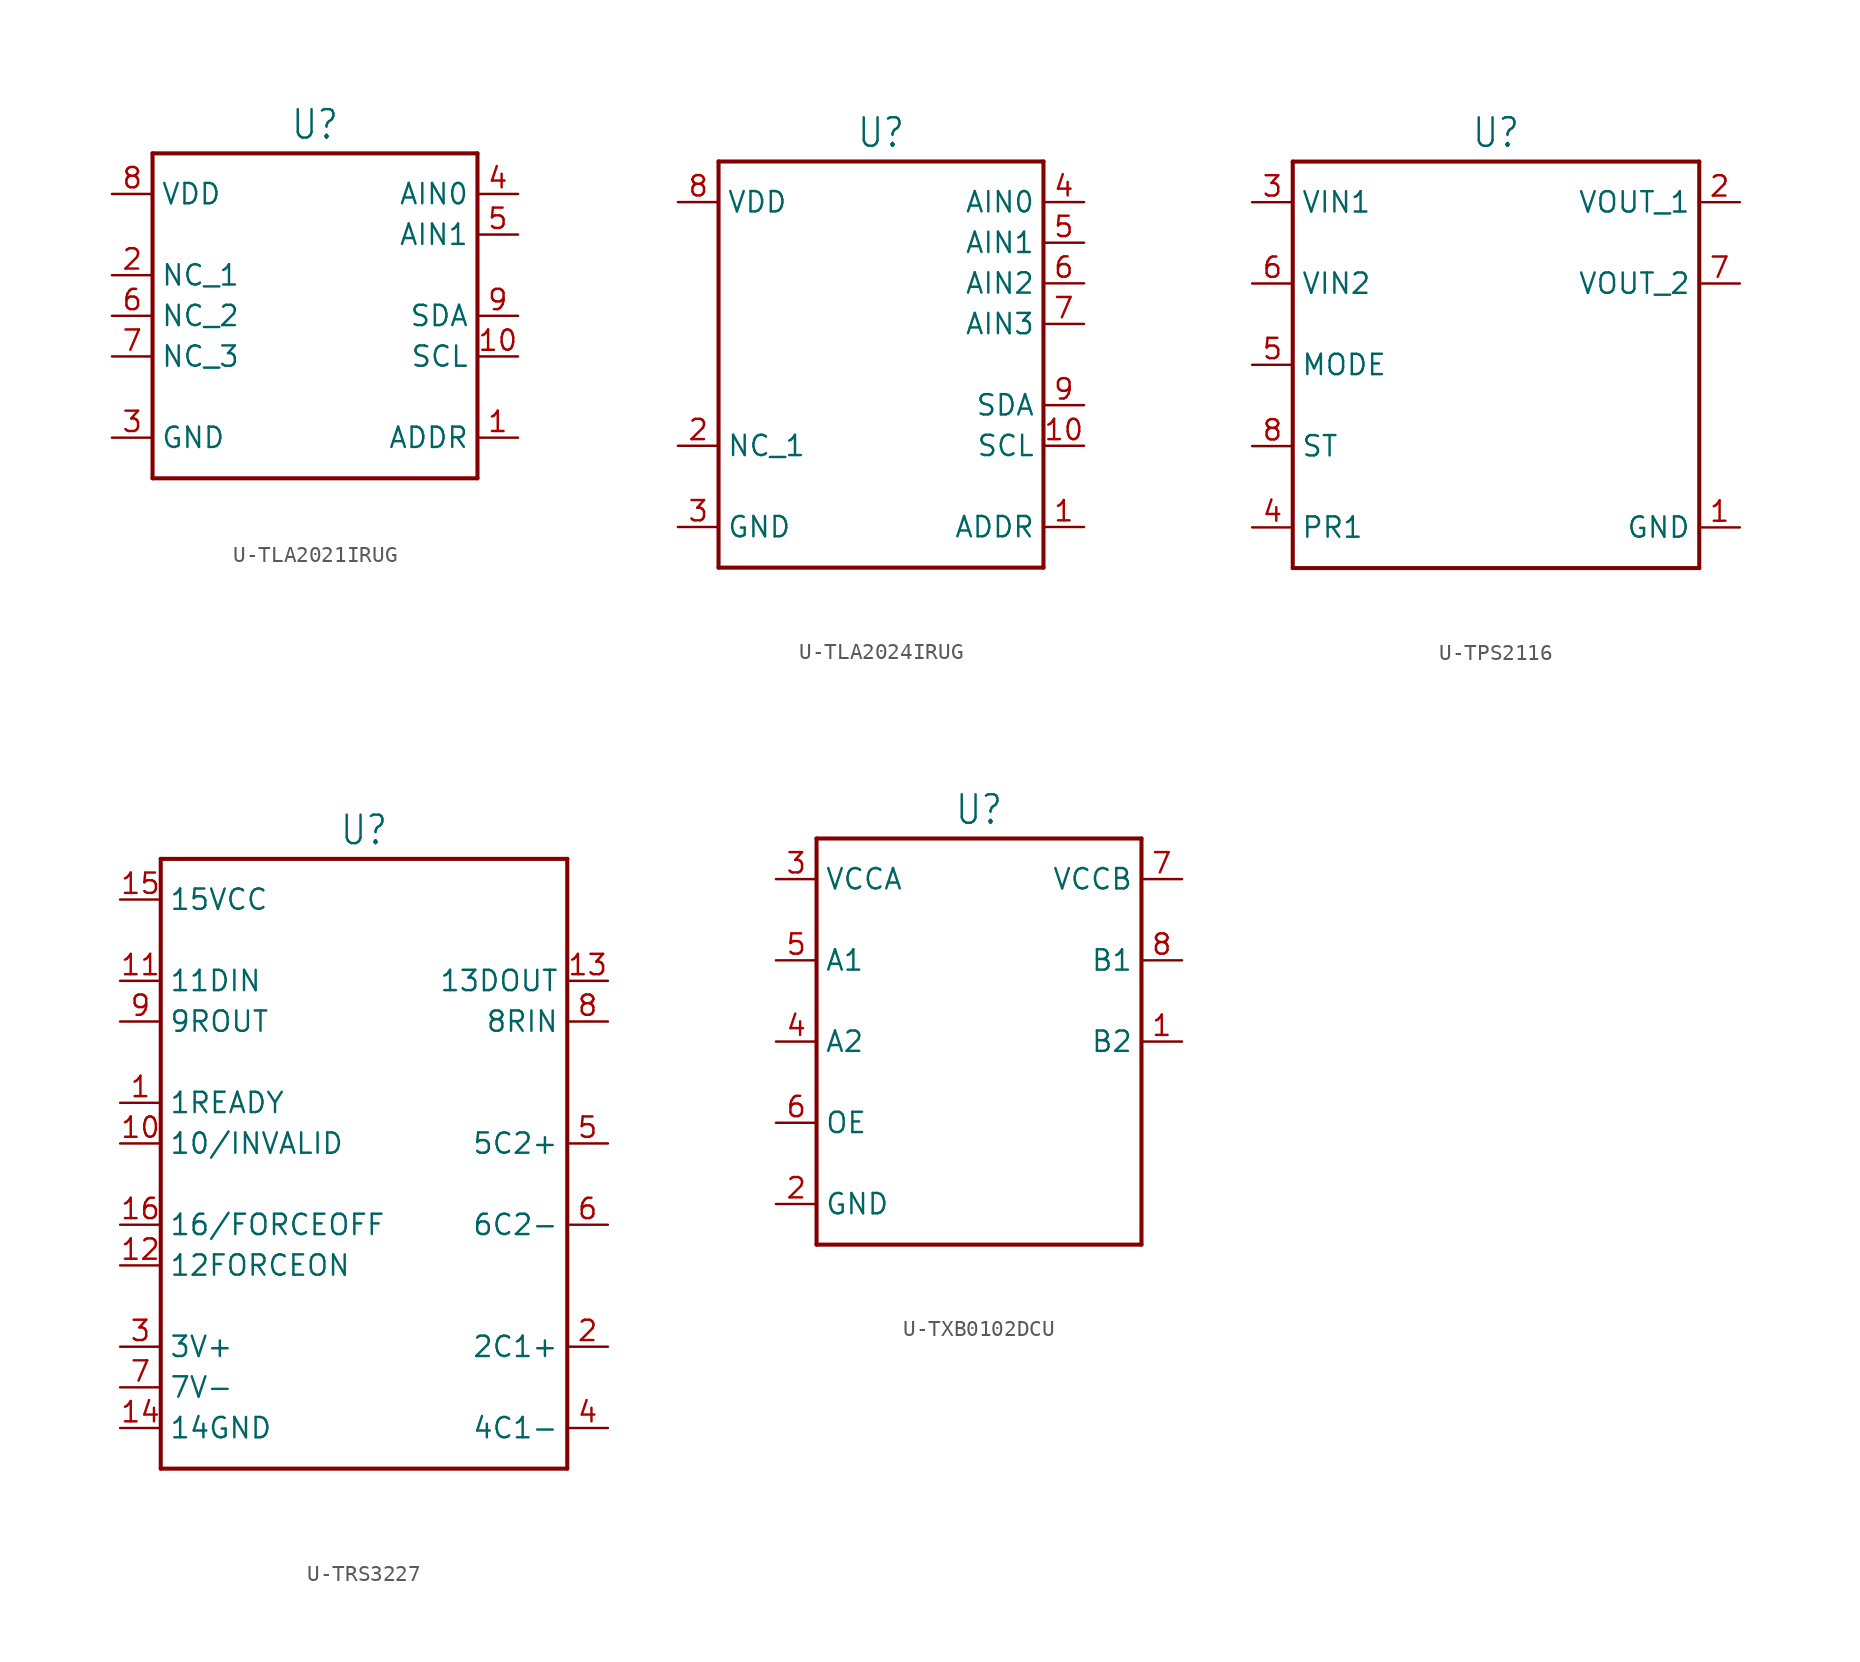
<source format=kicad_sym>
(kicad_symbol_lib
  (version 20231120)
  (generator "kicad_symbol_editor")
  (generator_version "8.0")
  (symbol "U-TLA2021IRUG"
    (property "Reference" "U"
      (at 0 10.922 0)
      (effects (font (size 1.778 1.511)) (justify bottom)))
    (property "Value" ""
      (at 0 -10.922 0)
      (effects (font (size 1.778 1.511)) (justify top)))
    (property "ki_locked" ""
      (at 0 0 0)
      (effects (font (size 1.27 1.27))))
    (symbol "U-TLA2021IRUG_1_0"
      (polyline (pts (xy -10.16 -10.16) (xy 10.16 -10.16)) (stroke (width 0.254) (type solid)) (fill (type none)))
      (polyline (pts (xy -10.16 10.16) (xy -10.16 -10.16)) (stroke (width 0.254) (type solid)) (fill (type none)))
      (polyline (pts (xy 10.16 -10.16) (xy 10.16 10.16)) (stroke (width 0.254) (type solid)) (fill (type none)))
      (polyline (pts (xy 10.16 10.16) (xy -10.16 10.16)) (stroke (width 0.254) (type solid)) (fill (type none)))
      (pin passive line (at 12.7 -7.62 180) (length 2.54) (name "ADDR" (effects (font (size 1.27 1.27)))) (number "1" (effects (font (size 1.27 1.27)))))
      (pin passive line (at 12.7 -2.54 180) (length 2.54) (name "SCL" (effects (font (size 1.27 1.27)))) (number "10" (effects (font (size 1.27 1.27)))))
      (pin passive line (at -12.7 2.54 0) (length 2.54) (name "NC_1" (effects (font (size 1.27 1.27)))) (number "2" (effects (font (size 1.27 1.27)))))
      (pin passive line (at -12.7 -7.62 0) (length 2.54) (name "GND" (effects (font (size 1.27 1.27)))) (number "3" (effects (font (size 1.27 1.27)))))
      (pin passive line (at 12.7 7.62 180) (length 2.54) (name "AIN0" (effects (font (size 1.27 1.27)))) (number "4" (effects (font (size 1.27 1.27)))))
      (pin passive line (at 12.7 5.08 180) (length 2.54) (name "AIN1" (effects (font (size 1.27 1.27)))) (number "5" (effects (font (size 1.27 1.27)))))
      (pin passive line (at -12.7 0 0) (length 2.54) (name "NC_2" (effects (font (size 1.27 1.27)))) (number "6" (effects (font (size 1.27 1.27)))))
      (pin passive line (at -12.7 -2.54 0) (length 2.54) (name "NC_3" (effects (font (size 1.27 1.27)))) (number "7" (effects (font (size 1.27 1.27)))))
      (pin passive line (at -12.7 7.62 0) (length 2.54) (name "VDD" (effects (font (size 1.27 1.27)))) (number "8" (effects (font (size 1.27 1.27)))))
      (pin passive line (at 12.7 0 180) (length 2.54) (name "SDA" (effects (font (size 1.27 1.27)))) (number "9" (effects (font (size 1.27 1.27)))))))
  (symbol "U-TLA2024IRUG"
    (property "Reference" "U"
      (at 0 13.462 0)
      (effects (font (size 1.778 1.511)) (justify bottom)))
    (property "Value" ""
      (at 0 -13.462 0)
      (effects (font (size 1.778 1.511)) (justify top)))
    (property "ki_locked" ""
      (at 0 0 0)
      (effects (font (size 1.27 1.27))))
    (symbol "U-TLA2024IRUG_1_0"
      (polyline (pts (xy -10.16 -12.7) (xy 10.16 -12.7)) (stroke (width 0.254) (type solid)) (fill (type none)))
      (polyline (pts (xy -10.16 12.7) (xy -10.16 -12.7)) (stroke (width 0.254) (type solid)) (fill (type none)))
      (polyline (pts (xy 10.16 -12.7) (xy 10.16 12.7)) (stroke (width 0.254) (type solid)) (fill (type none)))
      (polyline (pts (xy 10.16 12.7) (xy -10.16 12.7)) (stroke (width 0.254) (type solid)) (fill (type none)))
      (pin passive line (at 12.7 -10.16 180) (length 2.54) (name "ADDR" (effects (font (size 1.27 1.27)))) (number "1" (effects (font (size 1.27 1.27)))))
      (pin passive line (at 12.7 -5.08 180) (length 2.54) (name "SCL" (effects (font (size 1.27 1.27)))) (number "10" (effects (font (size 1.27 1.27)))))
      (pin passive line (at -12.7 -5.08 0) (length 2.54) (name "NC_1" (effects (font (size 1.27 1.27)))) (number "2" (effects (font (size 1.27 1.27)))))
      (pin passive line (at -12.7 -10.16 0) (length 2.54) (name "GND" (effects (font (size 1.27 1.27)))) (number "3" (effects (font (size 1.27 1.27)))))
      (pin passive line (at 12.7 10.16 180) (length 2.54) (name "AIN0" (effects (font (size 1.27 1.27)))) (number "4" (effects (font (size 1.27 1.27)))))
      (pin passive line (at 12.7 7.62 180) (length 2.54) (name "AIN1" (effects (font (size 1.27 1.27)))) (number "5" (effects (font (size 1.27 1.27)))))
      (pin passive line (at 12.7 5.08 180) (length 2.54) (name "AIN2" (effects (font (size 1.27 1.27)))) (number "6" (effects (font (size 1.27 1.27)))))
      (pin passive line (at 12.7 2.54 180) (length 2.54) (name "AIN3" (effects (font (size 1.27 1.27)))) (number "7" (effects (font (size 1.27 1.27)))))
      (pin passive line (at -12.7 10.16 0) (length 2.54) (name "VDD" (effects (font (size 1.27 1.27)))) (number "8" (effects (font (size 1.27 1.27)))))
      (pin passive line (at 12.7 -2.54 180) (length 2.54) (name "SDA" (effects (font (size 1.27 1.27)))) (number "9" (effects (font (size 1.27 1.27)))))))
  (symbol "U-TPS2116"
    (property "Reference" "U"
      (at 0 13.462 0)
      (effects (font (size 1.778 1.511)) (justify bottom)))
    (property "Value" ""
      (at 0 -13.462 0)
      (effects (font (size 1.778 1.511)) (justify top)))
    (property "ki_locked" ""
      (at 0 0 0)
      (effects (font (size 1.27 1.27))))
    (symbol "U-TPS2116_1_0"
      (polyline (pts (xy -12.7 -12.7) (xy -12.7 12.7)) (stroke (width 0.254) (type solid)) (fill (type none)))
      (polyline (pts (xy -12.7 12.7) (xy 12.7 12.7)) (stroke (width 0.254) (type solid)) (fill (type none)))
      (polyline (pts (xy 12.7 -12.7) (xy -12.7 -12.7)) (stroke (width 0.254) (type solid)) (fill (type none)))
      (polyline (pts (xy 12.7 12.7) (xy 12.7 -12.7)) (stroke (width 0.254) (type solid)) (fill (type none)))
      (pin passive line (at 15.24 -10.16 180) (length 2.54) (name "GND" (effects (font (size 1.27 1.27)))) (number "1" (effects (font (size 1.27 1.27)))))
      (pin passive line (at 15.24 10.16 180) (length 2.54) (name "VOUT_1" (effects (font (size 1.27 1.27)))) (number "2" (effects (font (size 1.27 1.27)))))
      (pin passive line (at -15.24 10.16 0) (length 2.54) (name "VIN1" (effects (font (size 1.27 1.27)))) (number "3" (effects (font (size 1.27 1.27)))))
      (pin passive line (at -15.24 -10.16 0) (length 2.54) (name "PR1" (effects (font (size 1.27 1.27)))) (number "4" (effects (font (size 1.27 1.27)))))
      (pin passive line (at -15.24 0 0) (length 2.54) (name "MODE" (effects (font (size 1.27 1.27)))) (number "5" (effects (font (size 1.27 1.27)))))
      (pin passive line (at -15.24 5.08 0) (length 2.54) (name "VIN2" (effects (font (size 1.27 1.27)))) (number "6" (effects (font (size 1.27 1.27)))))
      (pin passive line (at 15.24 5.08 180) (length 2.54) (name "VOUT_2" (effects (font (size 1.27 1.27)))) (number "7" (effects (font (size 1.27 1.27)))))
      (pin passive line (at -15.24 -5.08 0) (length 2.54) (name "ST" (effects (font (size 1.27 1.27)))) (number "8" (effects (font (size 1.27 1.27)))))))
  (symbol "U-TRS3227"
    (property "Reference" "U"
      (at 0 18.542 0)
      (effects (font (size 1.778 1.511)) (justify bottom)))
    (property "Value" ""
      (at 0 -21.082 0)
      (effects (font (size 1.778 1.511)) (justify top)))
    (property "ki_locked" ""
      (at 0 0 0)
      (effects (font (size 1.27 1.27))))
    (symbol "U-TRS3227_1_0"
      (polyline (pts (xy -12.7 -20.32) (xy -12.7 17.78)) (stroke (width 0.254) (type solid)) (fill (type none)))
      (polyline (pts (xy -12.7 17.78) (xy 12.7 17.78)) (stroke (width 0.254) (type solid)) (fill (type none)))
      (polyline (pts (xy 12.7 -20.32) (xy -12.7 -20.32)) (stroke (width 0.254) (type solid)) (fill (type none)))
      (polyline (pts (xy 12.7 17.78) (xy 12.7 -20.32)) (stroke (width 0.254) (type solid)) (fill (type none)))
      (pin passive line (at -15.24 2.54 0) (length 2.54) (name "1READY" (effects (font (size 1.27 1.27)))) (number "1" (effects (font (size 1.27 1.27)))))
      (pin passive line (at -15.24 0 0) (length 2.54) (name "10/INVALID" (effects (font (size 1.27 1.27)))) (number "10" (effects (font (size 1.27 1.27)))))
      (pin passive line (at -15.24 10.16 0) (length 2.54) (name "11DIN" (effects (font (size 1.27 1.27)))) (number "11" (effects (font (size 1.27 1.27)))))
      (pin passive line (at -15.24 -7.62 0) (length 2.54) (name "12FORCEON" (effects (font (size 1.27 1.27)))) (number "12" (effects (font (size 1.27 1.27)))))
      (pin passive line (at 15.24 10.16 180) (length 2.54) (name "13DOUT" (effects (font (size 1.27 1.27)))) (number "13" (effects (font (size 1.27 1.27)))))
      (pin passive line (at -15.24 -17.78 0) (length 2.54) (name "14GND" (effects (font (size 1.27 1.27)))) (number "14" (effects (font (size 1.27 1.27)))))
      (pin passive line (at -15.24 15.24 0) (length 2.54) (name "15VCC" (effects (font (size 1.27 1.27)))) (number "15" (effects (font (size 1.27 1.27)))))
      (pin passive line (at -15.24 -5.08 0) (length 2.54) (name "16/FORCEOFF" (effects (font (size 1.27 1.27)))) (number "16" (effects (font (size 1.27 1.27)))))
      (pin passive line (at 15.24 -12.7 180) (length 2.54) (name "2C1+" (effects (font (size 1.27 1.27)))) (number "2" (effects (font (size 1.27 1.27)))))
      (pin passive line (at -15.24 -12.7 0) (length 2.54) (name "3V+" (effects (font (size 1.27 1.27)))) (number "3" (effects (font (size 1.27 1.27)))))
      (pin passive line (at 15.24 -17.78 180) (length 2.54) (name "4C1-" (effects (font (size 1.27 1.27)))) (number "4" (effects (font (size 1.27 1.27)))))
      (pin passive line (at 15.24 0 180) (length 2.54) (name "5C2+" (effects (font (size 1.27 1.27)))) (number "5" (effects (font (size 1.27 1.27)))))
      (pin passive line (at 15.24 -5.08 180) (length 2.54) (name "6C2-" (effects (font (size 1.27 1.27)))) (number "6" (effects (font (size 1.27 1.27)))))
      (pin passive line (at -15.24 -15.24 0) (length 2.54) (name "7V-" (effects (font (size 1.27 1.27)))) (number "7" (effects (font (size 1.27 1.27)))))
      (pin passive line (at 15.24 7.62 180) (length 2.54) (name "8RIN" (effects (font (size 1.27 1.27)))) (number "8" (effects (font (size 1.27 1.27)))))
      (pin passive line (at -15.24 7.62 0) (length 2.54) (name "9ROUT" (effects (font (size 1.27 1.27)))) (number "9" (effects (font (size 1.27 1.27)))))))
  (symbol "U-TXB0102DCU"
    (property "Reference" "U"
      (at 0 13.462 0)
      (effects (font (size 1.778 1.511)) (justify bottom)))
    (property "Value" ""
      (at 0 -13.462 0)
      (effects (font (size 1.778 1.511)) (justify top)))
    (property "ki_locked" ""
      (at 0 0 0)
      (effects (font (size 1.27 1.27))))
    (symbol "U-TXB0102DCU_1_0"
      (polyline (pts (xy -10.16 -12.7) (xy -10.16 12.7)) (stroke (width 0.254) (type solid)) (fill (type none)))
      (polyline (pts (xy -10.16 12.7) (xy 10.16 12.7)) (stroke (width 0.254) (type solid)) (fill (type none)))
      (polyline (pts (xy 10.16 -12.7) (xy -10.16 -12.7)) (stroke (width 0.254) (type solid)) (fill (type none)))
      (polyline (pts (xy 10.16 12.7) (xy 10.16 -12.7)) (stroke (width 0.254) (type solid)) (fill (type none)))
      (pin passive line (at 12.7 0 180) (length 2.54) (name "B2" (effects (font (size 1.27 1.27)))) (number "1" (effects (font (size 1.27 1.27)))))
      (pin passive line (at -12.7 -10.16 0) (length 2.54) (name "GND" (effects (font (size 1.27 1.27)))) (number "2" (effects (font (size 1.27 1.27)))))
      (pin passive line (at -12.7 10.16 0) (length 2.54) (name "VCCA" (effects (font (size 1.27 1.27)))) (number "3" (effects (font (size 1.27 1.27)))))
      (pin passive line (at -12.7 0 0) (length 2.54) (name "A2" (effects (font (size 1.27 1.27)))) (number "4" (effects (font (size 1.27 1.27)))))
      (pin passive line (at -12.7 5.08 0) (length 2.54) (name "A1" (effects (font (size 1.27 1.27)))) (number "5" (effects (font (size 1.27 1.27)))))
      (pin passive line (at -12.7 -5.08 0) (length 2.54) (name "OE" (effects (font (size 1.27 1.27)))) (number "6" (effects (font (size 1.27 1.27)))))
      (pin passive line (at 12.7 10.16 180) (length 2.54) (name "VCCB" (effects (font (size 1.27 1.27)))) (number "7" (effects (font (size 1.27 1.27)))))
      (pin passive line (at 12.7 5.08 180) (length 2.54) (name "B1" (effects (font (size 1.27 1.27)))) (number "8" (effects (font (size 1.27 1.27))))))))
</source>
